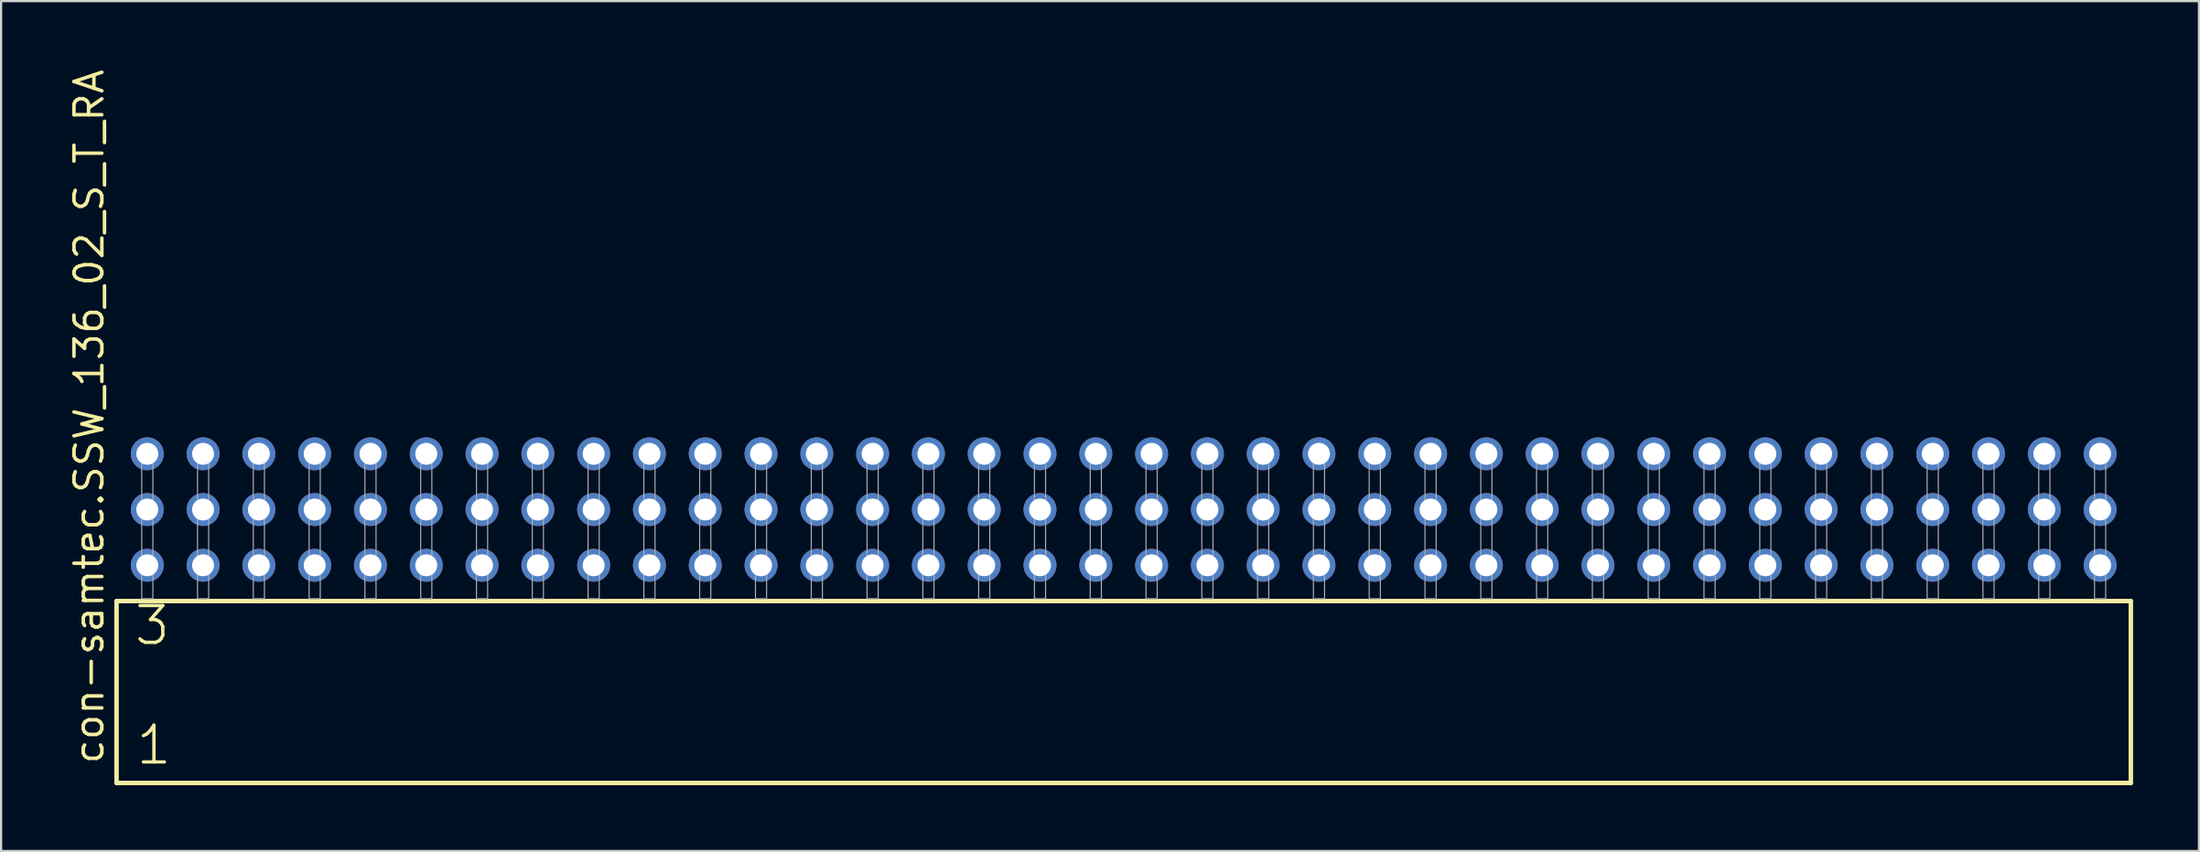
<source format=kicad_pcb>
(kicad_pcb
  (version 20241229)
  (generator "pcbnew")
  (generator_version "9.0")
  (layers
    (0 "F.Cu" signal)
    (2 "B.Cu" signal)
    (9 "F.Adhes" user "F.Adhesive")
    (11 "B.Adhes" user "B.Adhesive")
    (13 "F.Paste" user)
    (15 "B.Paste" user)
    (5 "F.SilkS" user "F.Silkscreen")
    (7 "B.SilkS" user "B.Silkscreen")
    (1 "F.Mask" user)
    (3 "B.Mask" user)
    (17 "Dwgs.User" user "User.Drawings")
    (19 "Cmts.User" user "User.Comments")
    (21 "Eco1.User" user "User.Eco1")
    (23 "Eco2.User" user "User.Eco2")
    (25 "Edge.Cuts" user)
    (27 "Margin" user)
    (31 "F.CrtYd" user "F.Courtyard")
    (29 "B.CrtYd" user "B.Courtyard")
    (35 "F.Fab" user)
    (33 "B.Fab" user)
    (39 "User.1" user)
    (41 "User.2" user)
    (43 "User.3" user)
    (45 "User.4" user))
  (footprint "con-samtec.SSW_136_02_S_T_RA"
    (layer "F.Cu")
    (at 48.105 24.235)
    (property "Reference" "con-samtec.SSW_136_02_S_T_RA" (at -46.355 7.62 90) (layer "F.SilkS") (effects (font (size 1.27 1.27) (thickness 0.16)) (justify left bottom)))
    (attr through_hole)
    (fp_line (start -45.849 0.106) (end -45.849 8.396) (stroke (width 0.203) (type default)) (layer "F.SilkS"))
    (fp_line (start -45.849 8.396) (end 45.849 8.396) (stroke (width 0.203) (type default)) (layer "F.SilkS"))
    (fp_line (start 45.849 0.106) (end -45.849 0.106) (stroke (width 0.203) (type default)) (layer "F.SilkS"))
    (fp_line (start 45.849 8.396) (end 45.849 0.106) (stroke (width 0.203) (type default)) (layer "F.SilkS"))
    (fp_rect (start -44.704 0) (end -44.196 -6.858) (stroke (width 0.05) (type default)) (fill no) (layer "F.Fab"))
    (fp_rect (start -42.164 0) (end -41.656 -6.858) (stroke (width 0.05) (type default)) (fill no) (layer "F.Fab"))
    (fp_rect (start -39.624 0) (end -39.116 -6.858) (stroke (width 0.05) (type default)) (fill no) (layer "F.Fab"))
    (fp_rect (start -37.084 0) (end -36.576 -6.858) (stroke (width 0.05) (type default)) (fill no) (layer "F.Fab"))
    (fp_rect (start -34.544 0) (end -34.036 -6.858) (stroke (width 0.05) (type default)) (fill no) (layer "F.Fab"))
    (fp_rect (start -32.004 0) (end -31.496 -6.858) (stroke (width 0.05) (type default)) (fill no) (layer "F.Fab"))
    (fp_rect (start -29.464 0) (end -28.956 -6.858) (stroke (width 0.05) (type default)) (fill no) (layer "F.Fab"))
    (fp_rect (start -26.924 0) (end -26.416 -6.858) (stroke (width 0.05) (type default)) (fill no) (layer "F.Fab"))
    (fp_rect (start -24.384 0) (end -23.876 -6.858) (stroke (width 0.05) (type default)) (fill no) (layer "F.Fab"))
    (fp_rect (start -21.844 0) (end -21.336 -6.858) (stroke (width 0.05) (type default)) (fill no) (layer "F.Fab"))
    (fp_rect (start -19.304 0) (end -18.796 -6.858) (stroke (width 0.05) (type default)) (fill no) (layer "F.Fab"))
    (fp_rect (start -16.764 0) (end -16.256 -6.858) (stroke (width 0.05) (type default)) (fill no) (layer "F.Fab"))
    (fp_rect (start -14.224 0) (end -13.716 -6.858) (stroke (width 0.05) (type default)) (fill no) (layer "F.Fab"))
    (fp_rect (start -11.684 0) (end -11.176 -6.858) (stroke (width 0.05) (type default)) (fill no) (layer "F.Fab"))
    (fp_rect (start -9.144 0) (end -8.636 -6.858) (stroke (width 0.05) (type default)) (fill no) (layer "F.Fab"))
    (fp_rect (start -6.604 0) (end -6.096 -6.858) (stroke (width 0.05) (type default)) (fill no) (layer "F.Fab"))
    (fp_rect (start -4.064 0) (end -3.556 -6.858) (stroke (width 0.05) (type default)) (fill no) (layer "F.Fab"))
    (fp_rect (start -1.524 0) (end -1.016 -6.858) (stroke (width 0.05) (type default)) (fill no) (layer "F.Fab"))
    (fp_rect (start 1.016 0) (end 1.524 -6.858) (stroke (width 0.05) (type default)) (fill no) (layer "F.Fab"))
    (fp_rect (start 3.556 0) (end 4.064 -6.858) (stroke (width 0.05) (type default)) (fill no) (layer "F.Fab"))
    (fp_rect (start 6.096 0) (end 6.604 -6.858) (stroke (width 0.05) (type default)) (fill no) (layer "F.Fab"))
    (fp_rect (start 8.636 0) (end 9.144 -6.858) (stroke (width 0.05) (type default)) (fill no) (layer "F.Fab"))
    (fp_rect (start 11.176 0) (end 11.684 -6.858) (stroke (width 0.05) (type default)) (fill no) (layer "F.Fab"))
    (fp_rect (start 13.716 0) (end 14.224 -6.858) (stroke (width 0.05) (type default)) (fill no) (layer "F.Fab"))
    (fp_rect (start 16.256 0) (end 16.764 -6.858) (stroke (width 0.05) (type default)) (fill no) (layer "F.Fab"))
    (fp_rect (start 18.796 0) (end 19.304 -6.858) (stroke (width 0.05) (type default)) (fill no) (layer "F.Fab"))
    (fp_rect (start 21.336 0) (end 21.844 -6.858) (stroke (width 0.05) (type default)) (fill no) (layer "F.Fab"))
    (fp_rect (start 23.876 0) (end 24.384 -6.858) (stroke (width 0.05) (type default)) (fill no) (layer "F.Fab"))
    (fp_rect (start 26.416 0) (end 26.924 -6.858) (stroke (width 0.05) (type default)) (fill no) (layer "F.Fab"))
    (fp_rect (start 28.956 0) (end 29.464 -6.858) (stroke (width 0.05) (type default)) (fill no) (layer "F.Fab"))
    (fp_rect (start 31.496 0) (end 32.004 -6.858) (stroke (width 0.05) (type default)) (fill no) (layer "F.Fab"))
    (fp_rect (start 34.036 0) (end 34.544 -6.858) (stroke (width 0.05) (type default)) (fill no) (layer "F.Fab"))
    (fp_rect (start 36.576 0) (end 37.084 -6.858) (stroke (width 0.05) (type default)) (fill no) (layer "F.Fab"))
    (fp_rect (start 39.116 0) (end 39.624 -6.858) (stroke (width 0.05) (type default)) (fill no) (layer "F.Fab"))
    (fp_rect (start 41.656 0) (end 42.164 -6.858) (stroke (width 0.05) (type default)) (fill no) (layer "F.Fab"))
    (fp_rect (start 44.196 0) (end 44.704 -6.858) (stroke (width 0.05) (type default)) (fill no) (layer "F.Fab"))
    (fp_text user "1" (at -45.045 7.65 0) (layer "F.SilkS") (effects (font (size 1.676 1.676) (thickness 0.15)) (justify left bottom)))
    (fp_text user "3" (at -45.12 2.2 0) (layer "F.SilkS") (effects (font (size 1.676 1.676) (thickness 0.15)) (justify left bottom)))
    (pad "1" thru_hole circle (at -44.45 -1.524) (size 1.5 1.5) (drill 1) (layers "*.Cu" "*.Mask"))
    (pad "2" thru_hole circle (at -44.45 -4.064) (size 1.5 1.5) (drill 1) (layers "*.Cu" "*.Mask"))
    (pad "3" thru_hole circle (at -44.45 -6.604) (size 1.5 1.5) (drill 1) (layers "*.Cu" "*.Mask"))
    (pad "4" thru_hole circle (at -41.91 -1.524) (size 1.5 1.5) (drill 1) (layers "*.Cu" "*.Mask"))
    (pad "5" thru_hole circle (at -41.91 -4.064) (size 1.5 1.5) (drill 1) (layers "*.Cu" "*.Mask"))
    (pad "6" thru_hole circle (at -41.91 -6.604) (size 1.5 1.5) (drill 1) (layers "*.Cu" "*.Mask"))
    (pad "7" thru_hole circle (at -39.37 -1.524) (size 1.5 1.5) (drill 1) (layers "*.Cu" "*.Mask"))
    (pad "8" thru_hole circle (at -39.37 -4.064) (size 1.5 1.5) (drill 1) (layers "*.Cu" "*.Mask"))
    (pad "9" thru_hole circle (at -39.37 -6.604) (size 1.5 1.5) (drill 1) (layers "*.Cu" "*.Mask"))
    (pad "10" thru_hole circle (at -36.83 -1.524) (size 1.5 1.5) (drill 1) (layers "*.Cu" "*.Mask"))
    (pad "11" thru_hole circle (at -36.83 -4.064) (size 1.5 1.5) (drill 1) (layers "*.Cu" "*.Mask"))
    (pad "12" thru_hole circle (at -36.83 -6.604) (size 1.5 1.5) (drill 1) (layers "*.Cu" "*.Mask"))
    (pad "13" thru_hole circle (at -34.29 -1.524) (size 1.5 1.5) (drill 1) (layers "*.Cu" "*.Mask"))
    (pad "14" thru_hole circle (at -34.29 -4.064) (size 1.5 1.5) (drill 1) (layers "*.Cu" "*.Mask"))
    (pad "15" thru_hole circle (at -34.29 -6.604) (size 1.5 1.5) (drill 1) (layers "*.Cu" "*.Mask"))
    (pad "16" thru_hole circle (at -31.75 -1.524) (size 1.5 1.5) (drill 1) (layers "*.Cu" "*.Mask"))
    (pad "17" thru_hole circle (at -31.75 -4.064) (size 1.5 1.5) (drill 1) (layers "*.Cu" "*.Mask"))
    (pad "18" thru_hole circle (at -31.75 -6.604) (size 1.5 1.5) (drill 1) (layers "*.Cu" "*.Mask"))
    (pad "19" thru_hole circle (at -29.21 -1.524) (size 1.5 1.5) (drill 1) (layers "*.Cu" "*.Mask"))
    (pad "20" thru_hole circle (at -29.21 -4.064) (size 1.5 1.5) (drill 1) (layers "*.Cu" "*.Mask"))
    (pad "21" thru_hole circle (at -29.21 -6.604) (size 1.5 1.5) (drill 1) (layers "*.Cu" "*.Mask"))
    (pad "22" thru_hole circle (at -26.67 -1.524) (size 1.5 1.5) (drill 1) (layers "*.Cu" "*.Mask"))
    (pad "23" thru_hole circle (at -26.67 -4.064) (size 1.5 1.5) (drill 1) (layers "*.Cu" "*.Mask"))
    (pad "24" thru_hole circle (at -26.67 -6.604) (size 1.5 1.5) (drill 1) (layers "*.Cu" "*.Mask"))
    (pad "25" thru_hole circle (at -24.13 -1.524) (size 1.5 1.5) (drill 1) (layers "*.Cu" "*.Mask"))
    (pad "26" thru_hole circle (at -24.13 -4.064) (size 1.5 1.5) (drill 1) (layers "*.Cu" "*.Mask"))
    (pad "27" thru_hole circle (at -24.13 -6.604) (size 1.5 1.5) (drill 1) (layers "*.Cu" "*.Mask"))
    (pad "28" thru_hole circle (at -21.59 -1.524) (size 1.5 1.5) (drill 1) (layers "*.Cu" "*.Mask"))
    (pad "29" thru_hole circle (at -21.59 -4.064) (size 1.5 1.5) (drill 1) (layers "*.Cu" "*.Mask"))
    (pad "30" thru_hole circle (at -21.59 -6.604) (size 1.5 1.5) (drill 1) (layers "*.Cu" "*.Mask"))
    (pad "31" thru_hole circle (at -19.05 -1.524) (size 1.5 1.5) (drill 1) (layers "*.Cu" "*.Mask"))
    (pad "32" thru_hole circle (at -19.05 -4.064) (size 1.5 1.5) (drill 1) (layers "*.Cu" "*.Mask"))
    (pad "33" thru_hole circle (at -19.05 -6.604) (size 1.5 1.5) (drill 1) (layers "*.Cu" "*.Mask"))
    (pad "34" thru_hole circle (at -16.51 -1.524) (size 1.5 1.5) (drill 1) (layers "*.Cu" "*.Mask"))
    (pad "35" thru_hole circle (at -16.51 -4.064) (size 1.5 1.5) (drill 1) (layers "*.Cu" "*.Mask"))
    (pad "36" thru_hole circle (at -16.51 -6.604) (size 1.5 1.5) (drill 1) (layers "*.Cu" "*.Mask"))
    (pad "37" thru_hole circle (at -13.97 -1.524) (size 1.5 1.5) (drill 1) (layers "*.Cu" "*.Mask"))
    (pad "38" thru_hole circle (at -13.97 -4.064) (size 1.5 1.5) (drill 1) (layers "*.Cu" "*.Mask"))
    (pad "39" thru_hole circle (at -13.97 -6.604) (size 1.5 1.5) (drill 1) (layers "*.Cu" "*.Mask"))
    (pad "40" thru_hole circle (at -11.43 -1.524) (size 1.5 1.5) (drill 1) (layers "*.Cu" "*.Mask"))
    (pad "41" thru_hole circle (at -11.43 -4.064) (size 1.5 1.5) (drill 1) (layers "*.Cu" "*.Mask"))
    (pad "42" thru_hole circle (at -11.43 -6.604) (size 1.5 1.5) (drill 1) (layers "*.Cu" "*.Mask"))
    (pad "43" thru_hole circle (at -8.89 -1.524) (size 1.5 1.5) (drill 1) (layers "*.Cu" "*.Mask"))
    (pad "44" thru_hole circle (at -8.89 -4.064) (size 1.5 1.5) (drill 1) (layers "*.Cu" "*.Mask"))
    (pad "45" thru_hole circle (at -8.89 -6.604) (size 1.5 1.5) (drill 1) (layers "*.Cu" "*.Mask"))
    (pad "46" thru_hole circle (at -6.35 -1.524) (size 1.5 1.5) (drill 1) (layers "*.Cu" "*.Mask"))
    (pad "47" thru_hole circle (at -6.35 -4.064) (size 1.5 1.5) (drill 1) (layers "*.Cu" "*.Mask"))
    (pad "48" thru_hole circle (at -6.35 -6.604) (size 1.5 1.5) (drill 1) (layers "*.Cu" "*.Mask"))
    (pad "49" thru_hole circle (at -3.81 -1.524) (size 1.5 1.5) (drill 1) (layers "*.Cu" "*.Mask"))
    (pad "50" thru_hole circle (at -3.81 -4.064) (size 1.5 1.5) (drill 1) (layers "*.Cu" "*.Mask"))
    (pad "51" thru_hole circle (at -3.81 -6.604) (size 1.5 1.5) (drill 1) (layers "*.Cu" "*.Mask"))
    (pad "52" thru_hole circle (at -1.27 -1.524) (size 1.5 1.5) (drill 1) (layers "*.Cu" "*.Mask"))
    (pad "53" thru_hole circle (at -1.27 -4.064) (size 1.5 1.5) (drill 1) (layers "*.Cu" "*.Mask"))
    (pad "54" thru_hole circle (at -1.27 -6.604) (size 1.5 1.5) (drill 1) (layers "*.Cu" "*.Mask"))
    (pad "55" thru_hole circle (at 1.27 -1.524) (size 1.5 1.5) (drill 1) (layers "*.Cu" "*.Mask"))
    (pad "56" thru_hole circle (at 1.27 -4.064) (size 1.5 1.5) (drill 1) (layers "*.Cu" "*.Mask"))
    (pad "57" thru_hole circle (at 1.27 -6.604) (size 1.5 1.5) (drill 1) (layers "*.Cu" "*.Mask"))
    (pad "58" thru_hole circle (at 3.81 -1.524) (size 1.5 1.5) (drill 1) (layers "*.Cu" "*.Mask"))
    (pad "59" thru_hole circle (at 3.81 -4.064) (size 1.5 1.5) (drill 1) (layers "*.Cu" "*.Mask"))
    (pad "60" thru_hole circle (at 3.81 -6.604) (size 1.5 1.5) (drill 1) (layers "*.Cu" "*.Mask"))
    (pad "61" thru_hole circle (at 6.35 -1.524) (size 1.5 1.5) (drill 1) (layers "*.Cu" "*.Mask"))
    (pad "62" thru_hole circle (at 6.35 -4.064) (size 1.5 1.5) (drill 1) (layers "*.Cu" "*.Mask"))
    (pad "63" thru_hole circle (at 6.35 -6.604) (size 1.5 1.5) (drill 1) (layers "*.Cu" "*.Mask"))
    (pad "64" thru_hole circle (at 8.89 -1.524) (size 1.5 1.5) (drill 1) (layers "*.Cu" "*.Mask"))
    (pad "65" thru_hole circle (at 8.89 -4.064) (size 1.5 1.5) (drill 1) (layers "*.Cu" "*.Mask"))
    (pad "66" thru_hole circle (at 8.89 -6.604) (size 1.5 1.5) (drill 1) (layers "*.Cu" "*.Mask"))
    (pad "67" thru_hole circle (at 11.43 -1.524) (size 1.5 1.5) (drill 1) (layers "*.Cu" "*.Mask"))
    (pad "68" thru_hole circle (at 11.43 -4.064) (size 1.5 1.5) (drill 1) (layers "*.Cu" "*.Mask"))
    (pad "69" thru_hole circle (at 11.43 -6.604) (size 1.5 1.5) (drill 1) (layers "*.Cu" "*.Mask"))
    (pad "70" thru_hole circle (at 13.97 -1.524) (size 1.5 1.5) (drill 1) (layers "*.Cu" "*.Mask"))
    (pad "71" thru_hole circle (at 13.97 -4.064) (size 1.5 1.5) (drill 1) (layers "*.Cu" "*.Mask"))
    (pad "72" thru_hole circle (at 13.97 -6.604) (size 1.5 1.5) (drill 1) (layers "*.Cu" "*.Mask"))
    (pad "73" thru_hole circle (at 16.51 -1.524) (size 1.5 1.5) (drill 1) (layers "*.Cu" "*.Mask"))
    (pad "74" thru_hole circle (at 16.51 -4.064) (size 1.5 1.5) (drill 1) (layers "*.Cu" "*.Mask"))
    (pad "75" thru_hole circle (at 16.51 -6.604) (size 1.5 1.5) (drill 1) (layers "*.Cu" "*.Mask"))
    (pad "76" thru_hole circle (at 19.05 -1.524) (size 1.5 1.5) (drill 1) (layers "*.Cu" "*.Mask"))
    (pad "77" thru_hole circle (at 19.05 -4.064) (size 1.5 1.5) (drill 1) (layers "*.Cu" "*.Mask"))
    (pad "78" thru_hole circle (at 19.05 -6.604) (size 1.5 1.5) (drill 1) (layers "*.Cu" "*.Mask"))
    (pad "79" thru_hole circle (at 21.59 -1.524) (size 1.5 1.5) (drill 1) (layers "*.Cu" "*.Mask"))
    (pad "80" thru_hole circle (at 21.59 -4.064) (size 1.5 1.5) (drill 1) (layers "*.Cu" "*.Mask"))
    (pad "81" thru_hole circle (at 21.59 -6.604) (size 1.5 1.5) (drill 1) (layers "*.Cu" "*.Mask"))
    (pad "82" thru_hole circle (at 24.13 -1.524) (size 1.5 1.5) (drill 1) (layers "*.Cu" "*.Mask"))
    (pad "83" thru_hole circle (at 24.13 -4.064) (size 1.5 1.5) (drill 1) (layers "*.Cu" "*.Mask"))
    (pad "84" thru_hole circle (at 24.13 -6.604) (size 1.5 1.5) (drill 1) (layers "*.Cu" "*.Mask"))
    (pad "85" thru_hole circle (at 26.67 -1.524) (size 1.5 1.5) (drill 1) (layers "*.Cu" "*.Mask"))
    (pad "86" thru_hole circle (at 26.67 -4.064) (size 1.5 1.5) (drill 1) (layers "*.Cu" "*.Mask"))
    (pad "87" thru_hole circle (at 26.67 -6.604) (size 1.5 1.5) (drill 1) (layers "*.Cu" "*.Mask"))
    (pad "88" thru_hole circle (at 29.21 -1.524) (size 1.5 1.5) (drill 1) (layers "*.Cu" "*.Mask"))
    (pad "89" thru_hole circle (at 29.21 -4.064) (size 1.5 1.5) (drill 1) (layers "*.Cu" "*.Mask"))
    (pad "90" thru_hole circle (at 29.21 -6.604) (size 1.5 1.5) (drill 1) (layers "*.Cu" "*.Mask"))
    (pad "91" thru_hole circle (at 31.75 -1.524) (size 1.5 1.5) (drill 1) (layers "*.Cu" "*.Mask"))
    (pad "92" thru_hole circle (at 31.75 -4.064) (size 1.5 1.5) (drill 1) (layers "*.Cu" "*.Mask"))
    (pad "93" thru_hole circle (at 31.75 -6.604) (size 1.5 1.5) (drill 1) (layers "*.Cu" "*.Mask"))
    (pad "94" thru_hole circle (at 34.29 -1.524) (size 1.5 1.5) (drill 1) (layers "*.Cu" "*.Mask"))
    (pad "95" thru_hole circle (at 34.29 -4.064) (size 1.5 1.5) (drill 1) (layers "*.Cu" "*.Mask"))
    (pad "96" thru_hole circle (at 34.29 -6.604) (size 1.5 1.5) (drill 1) (layers "*.Cu" "*.Mask"))
    (pad "97" thru_hole circle (at 36.83 -1.524) (size 1.5 1.5) (drill 1) (layers "*.Cu" "*.Mask"))
    (pad "98" thru_hole circle (at 36.83 -4.064) (size 1.5 1.5) (drill 1) (layers "*.Cu" "*.Mask"))
    (pad "99" thru_hole circle (at 36.83 -6.604) (size 1.5 1.5) (drill 1) (layers "*.Cu" "*.Mask"))
    (pad "100" thru_hole circle (at 39.37 -1.524) (size 1.5 1.5) (drill 1) (layers "*.Cu" "*.Mask"))
    (pad "101" thru_hole circle (at 39.37 -4.064) (size 1.5 1.5) (drill 1) (layers "*.Cu" "*.Mask"))
    (pad "102" thru_hole circle (at 39.37 -6.604) (size 1.5 1.5) (drill 1) (layers "*.Cu" "*.Mask"))
    (pad "103" thru_hole circle (at 41.91 -1.524) (size 1.5 1.5) (drill 1) (layers "*.Cu" "*.Mask"))
    (pad "104" thru_hole circle (at 41.91 -4.064) (size 1.5 1.5) (drill 1) (layers "*.Cu" "*.Mask"))
    (pad "105" thru_hole circle (at 41.91 -6.604) (size 1.5 1.5) (drill 1) (layers "*.Cu" "*.Mask"))
    (pad "106" thru_hole circle (at 44.45 -1.524) (size 1.5 1.5) (drill 1) (layers "*.Cu" "*.Mask"))
    (pad "107" thru_hole circle (at 44.45 -4.064) (size 1.5 1.5) (drill 1) (layers "*.Cu" "*.Mask"))
    (pad "108" thru_hole circle (at 44.45 -6.604) (size 1.5 1.5) (drill 1) (layers "*.Cu" "*.Mask")))
  (gr_rect
    (start -3 -3)
    (end 97.056 35.733)
    (stroke (width 0.1) (type default))
    (fill no)
    (layer "Edge.Cuts")))
</source>
